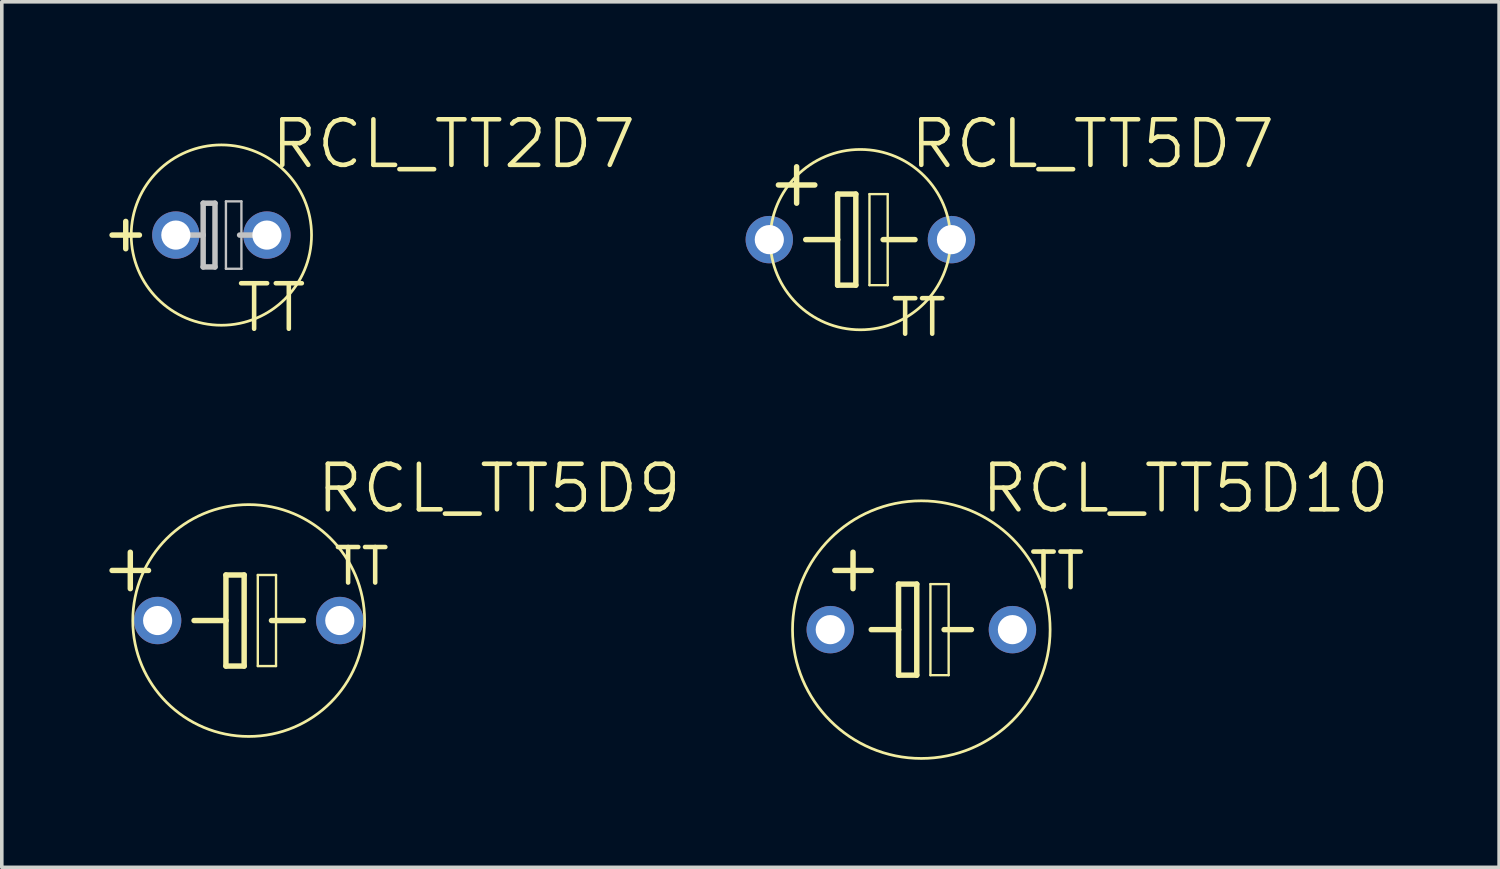
<source format=kicad_pcb>
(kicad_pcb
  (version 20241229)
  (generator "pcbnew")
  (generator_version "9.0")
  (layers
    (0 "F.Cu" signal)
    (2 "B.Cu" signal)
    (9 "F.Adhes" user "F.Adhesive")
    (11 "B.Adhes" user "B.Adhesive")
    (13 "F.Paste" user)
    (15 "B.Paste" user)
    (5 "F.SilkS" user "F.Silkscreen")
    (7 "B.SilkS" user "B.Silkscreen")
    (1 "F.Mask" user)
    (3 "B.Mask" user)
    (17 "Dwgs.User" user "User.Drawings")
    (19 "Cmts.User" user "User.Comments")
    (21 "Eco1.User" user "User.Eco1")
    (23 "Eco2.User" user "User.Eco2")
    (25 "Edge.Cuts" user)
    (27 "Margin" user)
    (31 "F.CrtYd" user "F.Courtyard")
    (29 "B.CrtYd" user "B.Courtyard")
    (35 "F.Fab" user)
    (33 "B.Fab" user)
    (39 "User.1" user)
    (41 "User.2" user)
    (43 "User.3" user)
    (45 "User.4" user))
  (footprint "RCL_TT5D9"
    (layer "F.Cu")
    (at 3.886 14.256)
    (property "Reference" "RCL_TT5D9" (at 6.985 -3.683 0) (layer "F.SilkS") (effects (font (size 1.27 1.27) (thickness 0.127))))
    (attr exclude_from_pos_files exclude_from_bom)
    (fp_line (start -3.302 -1.905) (end -3.302 -0.889) (stroke (width 0.152) (type solid)) (layer "F.SilkS"))
    (fp_line (start -2.794 -1.397) (end -3.81 -1.397) (stroke (width 0.152) (type solid)) (layer "F.SilkS"))
    (fp_line (start -1.524 0) (end -0.635 0) (stroke (width 0.152) (type solid)) (layer "F.SilkS"))
    (fp_line (start -0.635 -1.27) (end -0.635 0) (stroke (width 0.152) (type solid)) (layer "F.SilkS"))
    (fp_line (start -0.635 0) (end -0.635 1.27) (stroke (width 0.152) (type solid)) (layer "F.SilkS"))
    (fp_line (start -0.635 1.27) (end -0.127 1.27) (stroke (width 0.152) (type solid)) (layer "F.SilkS"))
    (fp_line (start -0.127 -1.27) (end -0.635 -1.27) (stroke (width 0.152) (type solid)) (layer "F.SilkS"))
    (fp_line (start -0.127 1.27) (end -0.127 -1.27) (stroke (width 0.152) (type solid)) (layer "F.SilkS"))
    (fp_line (start 0.254 -1.27) (end 0.762 -1.27) (stroke (width 0.066) (type solid)) (layer "F.SilkS"))
    (fp_line (start 0.254 1.27) (end 0.254 -1.27) (stroke (width 0.066) (type solid)) (layer "F.SilkS"))
    (fp_line (start 0.254 1.27) (end 0.762 1.27) (stroke (width 0.066) (type solid)) (layer "F.SilkS"))
    (fp_line (start 0.635 0) (end 1.524 0) (stroke (width 0.152) (type solid)) (layer "F.SilkS"))
    (fp_line (start 0.762 1.27) (end 0.762 -1.27) (stroke (width 0.066) (type solid)) (layer "F.SilkS"))
    (fp_circle (center 0 0) (end -2.286 2.286) (stroke (width 0.076) (type solid)) (fill no) (layer "F.SilkS"))
    (fp_text user "TT" (at 3.15 -1.511 0) (layer "F.SilkS") (effects (font (size 0.991 0.991) (thickness 0.127))))
    (pad "+" thru_hole circle (at -2.54 0) (size 1.321 1.321) (drill 0.813) (layers "*.Cu" "*.Paste" "*.Mask"))
    (pad "-" thru_hole circle (at 2.54 0) (size 1.321 1.321) (drill 0.813) (layers "*.Cu" "*.Paste" "*.Mask")))
  (footprint "RCL_TT2D7"
    (layer "F.Cu")
    (at 3.124 3.506)
    (property "Reference" "RCL_TT2D7" (at 6.477 -2.54 0) (layer "F.SilkS") (effects (font (size 1.27 1.27) (thickness 0.127))))
    (attr exclude_from_pos_files exclude_from_bom)
    (fp_line (start -2.667 0.381) (end -2.667 -0.381) (stroke (width 0.152) (type solid)) (layer "F.SilkS"))
    (fp_line (start -2.286 0) (end -3.048 0) (stroke (width 0.152) (type solid)) (layer "F.SilkS"))
    (fp_circle (center 0 0) (end -1.778 1.778) (stroke (width 0.076) (type solid)) (fill no) (layer "F.SilkS"))
    (fp_line (start -1.016 0) (end -0.508 0) (stroke (width 0.152) (type solid)) (layer "Dwgs.User"))
    (fp_line (start -0.508 -0.889) (end -0.508 0) (stroke (width 0.152) (type solid)) (layer "Dwgs.User"))
    (fp_line (start -0.508 0) (end -0.508 0.889) (stroke (width 0.152) (type solid)) (layer "Dwgs.User"))
    (fp_line (start -0.508 0.889) (end -0.178 0.889) (stroke (width 0.152) (type solid)) (layer "Dwgs.User"))
    (fp_line (start -0.178 -0.889) (end -0.508 -0.889) (stroke (width 0.152) (type solid)) (layer "Dwgs.User"))
    (fp_line (start -0.178 0.889) (end -0.178 -0.889) (stroke (width 0.152) (type solid)) (layer "Dwgs.User"))
    (fp_line (start 0.127 -0.94) (end 0.559 -0.94) (stroke (width 0.066) (type solid)) (layer "Dwgs.User"))
    (fp_line (start 0.127 0.94) (end 0.127 -0.94) (stroke (width 0.066) (type solid)) (layer "Dwgs.User"))
    (fp_line (start 0.127 0.94) (end 0.559 0.94) (stroke (width 0.066) (type solid)) (layer "Dwgs.User"))
    (fp_line (start 0.508 0) (end 1.016 0) (stroke (width 0.152) (type solid)) (layer "Dwgs.User"))
    (fp_line (start 0.559 0.94) (end 0.559 -0.94) (stroke (width 0.066) (type solid)) (layer "Dwgs.User"))
    (fp_text user "TT" (at 1.397 2.032 0) (layer "F.SilkS") (effects (font (size 1.27 1.27) (thickness 0.127))))
    (pad "+" thru_hole circle (at -1.27 0) (size 1.321 1.321) (drill 0.813) (layers "*.Cu" "*.Paste" "*.Mask"))
    (pad "-" thru_hole circle (at 1.27 0) (size 1.321 1.321) (drill 0.813) (layers "*.Cu" "*.Paste" "*.Mask")))
  (footprint "RCL_TT5D10"
    (layer "F.Cu")
    (at 22.645 14.51)
    (property "Reference" "RCL_TT5D10" (at 7.366 -3.937 0) (layer "F.SilkS") (effects (font (size 1.27 1.27) (thickness 0.127))))
    (attr exclude_from_pos_files exclude_from_bom)
    (fp_line (start -2.413 -1.651) (end -1.397 -1.651) (stroke (width 0.152) (type solid)) (layer "F.SilkS"))
    (fp_line (start -1.905 -1.143) (end -1.905 -2.159) (stroke (width 0.152) (type solid)) (layer "F.SilkS"))
    (fp_line (start -1.397 0) (end -0.635 0) (stroke (width 0.152) (type solid)) (layer "F.SilkS"))
    (fp_line (start -0.635 -1.27) (end -0.635 0) (stroke (width 0.152) (type solid)) (layer "F.SilkS"))
    (fp_line (start -0.635 0) (end -0.635 1.27) (stroke (width 0.152) (type solid)) (layer "F.SilkS"))
    (fp_line (start -0.635 1.27) (end -0.127 1.27) (stroke (width 0.152) (type solid)) (layer "F.SilkS"))
    (fp_line (start -0.127 -1.27) (end -0.635 -1.27) (stroke (width 0.152) (type solid)) (layer "F.SilkS"))
    (fp_line (start -0.127 1.27) (end -0.127 -1.27) (stroke (width 0.152) (type solid)) (layer "F.SilkS"))
    (fp_line (start 0.254 -1.27) (end 0.762 -1.27) (stroke (width 0.066) (type solid)) (layer "F.SilkS"))
    (fp_line (start 0.254 1.27) (end 0.254 -1.27) (stroke (width 0.066) (type solid)) (layer "F.SilkS"))
    (fp_line (start 0.254 1.27) (end 0.762 1.27) (stroke (width 0.066) (type solid)) (layer "F.SilkS"))
    (fp_line (start 0.635 0) (end 1.397 0) (stroke (width 0.152) (type solid)) (layer "F.SilkS"))
    (fp_line (start 0.762 1.27) (end 0.762 -1.27) (stroke (width 0.066) (type solid)) (layer "F.SilkS"))
    (fp_circle (center 0 0) (end -2.54 2.54) (stroke (width 0.076) (type solid)) (fill no) (layer "F.SilkS"))
    (fp_text user "TT" (at 3.785 -1.638 0) (layer "F.SilkS") (effects (font (size 0.991 0.991) (thickness 0.127))))
    (pad "+" thru_hole circle (at -2.54 0) (size 1.321 1.321) (drill 0.813) (layers "*.Cu" "*.Paste" "*.Mask"))
    (pad "-" thru_hole circle (at 2.54 0) (size 1.321 1.321) (drill 0.813) (layers "*.Cu" "*.Paste" "*.Mask")))
  (footprint "RCL_TT5D7"
    (layer "F.Cu")
    (at 20.945 3.633)
    (property "Reference" "RCL_TT5D7" (at 6.477 -2.667 0) (layer "F.SilkS") (effects (font (size 1.27 1.27) (thickness 0.127))))
    (attr exclude_from_pos_files exclude_from_bom)
    (fp_line (start -2.286 -1.524) (end -1.27 -1.524) (stroke (width 0.152) (type solid)) (layer "F.SilkS"))
    (fp_line (start -1.778 -1.016) (end -1.778 -2.032) (stroke (width 0.152) (type solid)) (layer "F.SilkS"))
    (fp_line (start -1.524 0) (end -0.635 0) (stroke (width 0.152) (type solid)) (layer "F.SilkS"))
    (fp_line (start -0.635 -1.27) (end -0.635 0) (stroke (width 0.152) (type solid)) (layer "F.SilkS"))
    (fp_line (start -0.635 0) (end -0.635 1.27) (stroke (width 0.152) (type solid)) (layer "F.SilkS"))
    (fp_line (start -0.635 1.27) (end -0.127 1.27) (stroke (width 0.152) (type solid)) (layer "F.SilkS"))
    (fp_line (start -0.127 -1.27) (end -0.635 -1.27) (stroke (width 0.152) (type solid)) (layer "F.SilkS"))
    (fp_line (start -0.127 1.27) (end -0.127 -1.27) (stroke (width 0.152) (type solid)) (layer "F.SilkS"))
    (fp_line (start 0.254 -1.27) (end 0.762 -1.27) (stroke (width 0.066) (type solid)) (layer "F.SilkS"))
    (fp_line (start 0.254 1.27) (end 0.254 -1.27) (stroke (width 0.066) (type solid)) (layer "F.SilkS"))
    (fp_line (start 0.254 1.27) (end 0.762 1.27) (stroke (width 0.066) (type solid)) (layer "F.SilkS"))
    (fp_line (start 0.635 0) (end 1.524 0) (stroke (width 0.152) (type solid)) (layer "F.SilkS"))
    (fp_line (start 0.762 1.27) (end 0.762 -1.27) (stroke (width 0.066) (type solid)) (layer "F.SilkS"))
    (fp_circle (center 0 0) (end -1.778 1.778) (stroke (width 0.076) (type solid)) (fill no) (layer "F.SilkS"))
    (fp_text user "TT" (at 1.626 2.172 0) (layer "F.SilkS") (effects (font (size 0.991 0.991) (thickness 0.127))))
    (pad "+" thru_hole circle (at -2.54 0) (size 1.321 1.321) (drill 0.813) (layers "*.Cu" "*.Paste" "*.Mask"))
    (pad "-" thru_hole circle (at 2.54 0) (size 1.321 1.321) (drill 0.813) (layers "*.Cu" "*.Paste" "*.Mask")))
  (gr_rect
    (start -3 -3)
    (end 38.759 21.14)
    (stroke (width 0.1) (type default))
    (fill no)
    (layer "Edge.Cuts")))
</source>
